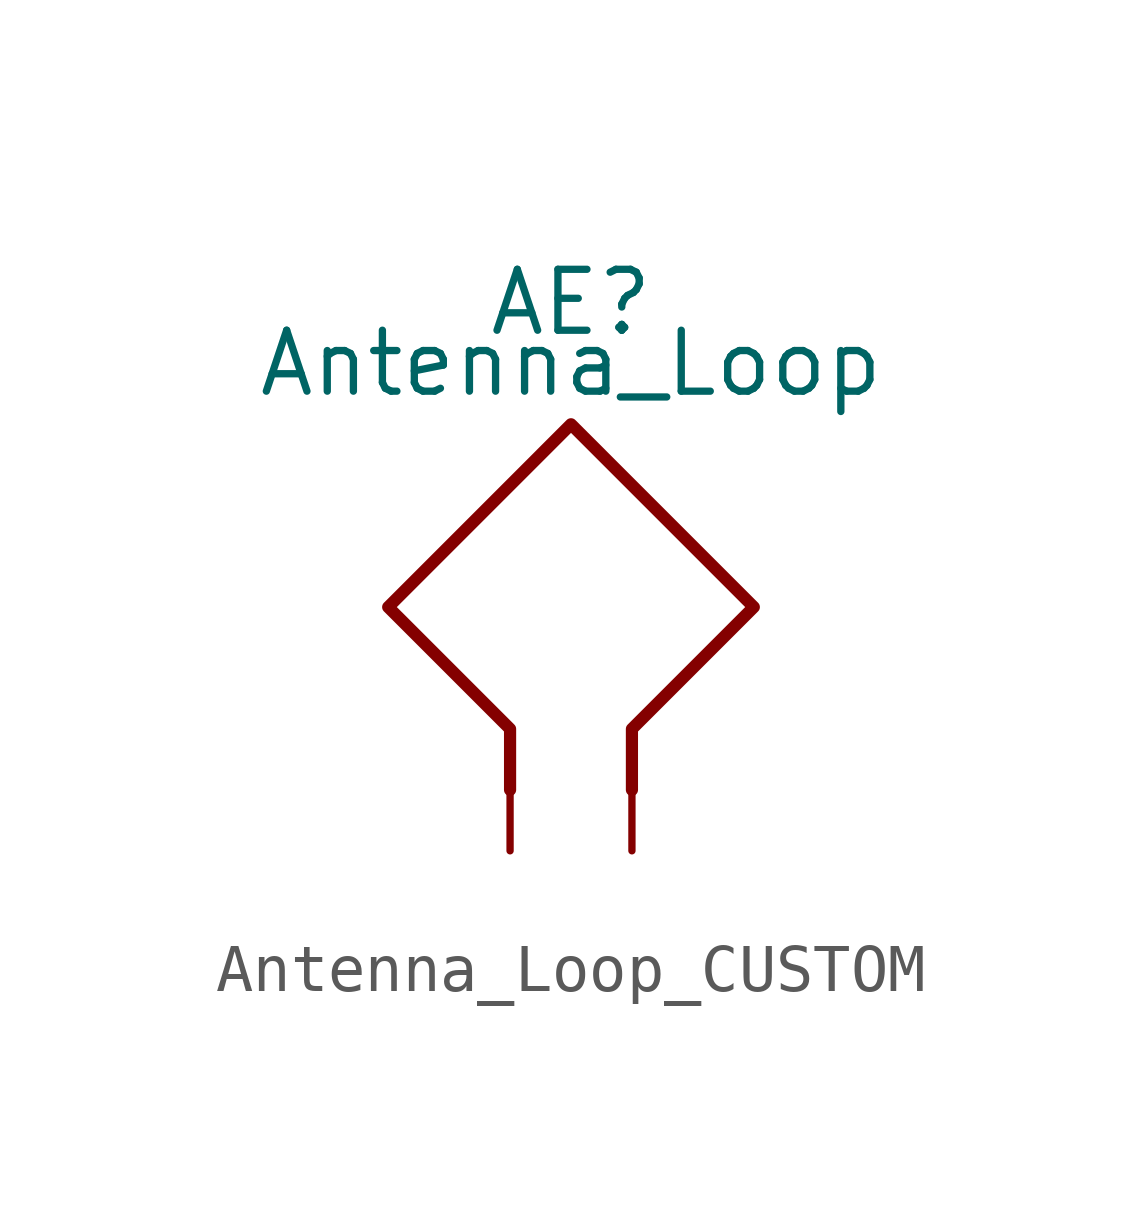
<source format=kicad_sym>
(kicad_symbol_lib
  (version 20220914)
  (generator kicad_symbol_editor)
  (symbol "Antenna_Loop_CUSTOM"
    (pin_numbers hide)
    (pin_names
      (offset 1.016) hide)
    (property "Reference" "AE"
      (at 1.27 6.35 0)
      (effects (font (size 1.27 1.27))))
    (property "Value" "Antenna_Loop"
      (at 1.27 5.08 0)
      (effects (font (size 1.27 1.27))))
    (symbol "Antenna_Loop_CUSTOM_0_1"
      (polyline (pts (xy 2.54 -3.81) (xy 2.54 -2.54) (xy 5.08 0) (xy 1.27 3.81) (xy -2.54 0) (xy 0 -2.54) (xy 0 -3.81)) (stroke (width 0.254) (type default)) (fill (type none))))
    (symbol "Antenna_Loop_CUSTOM_1_1"
      (pin input line (at 0 -5.08 90) (length 2.54) (name "~" (effects (font (size 1.27 1.27)))) (number "1" (effects (font (size 1.27 1.27)))))
      (pin input line (at 2.54 -5.08 90) (length 2.54) (name "~" (effects (font (size 1.27 1.27)))) (number "2" (effects (font (size 1.27 1.27))))))))
</source>
